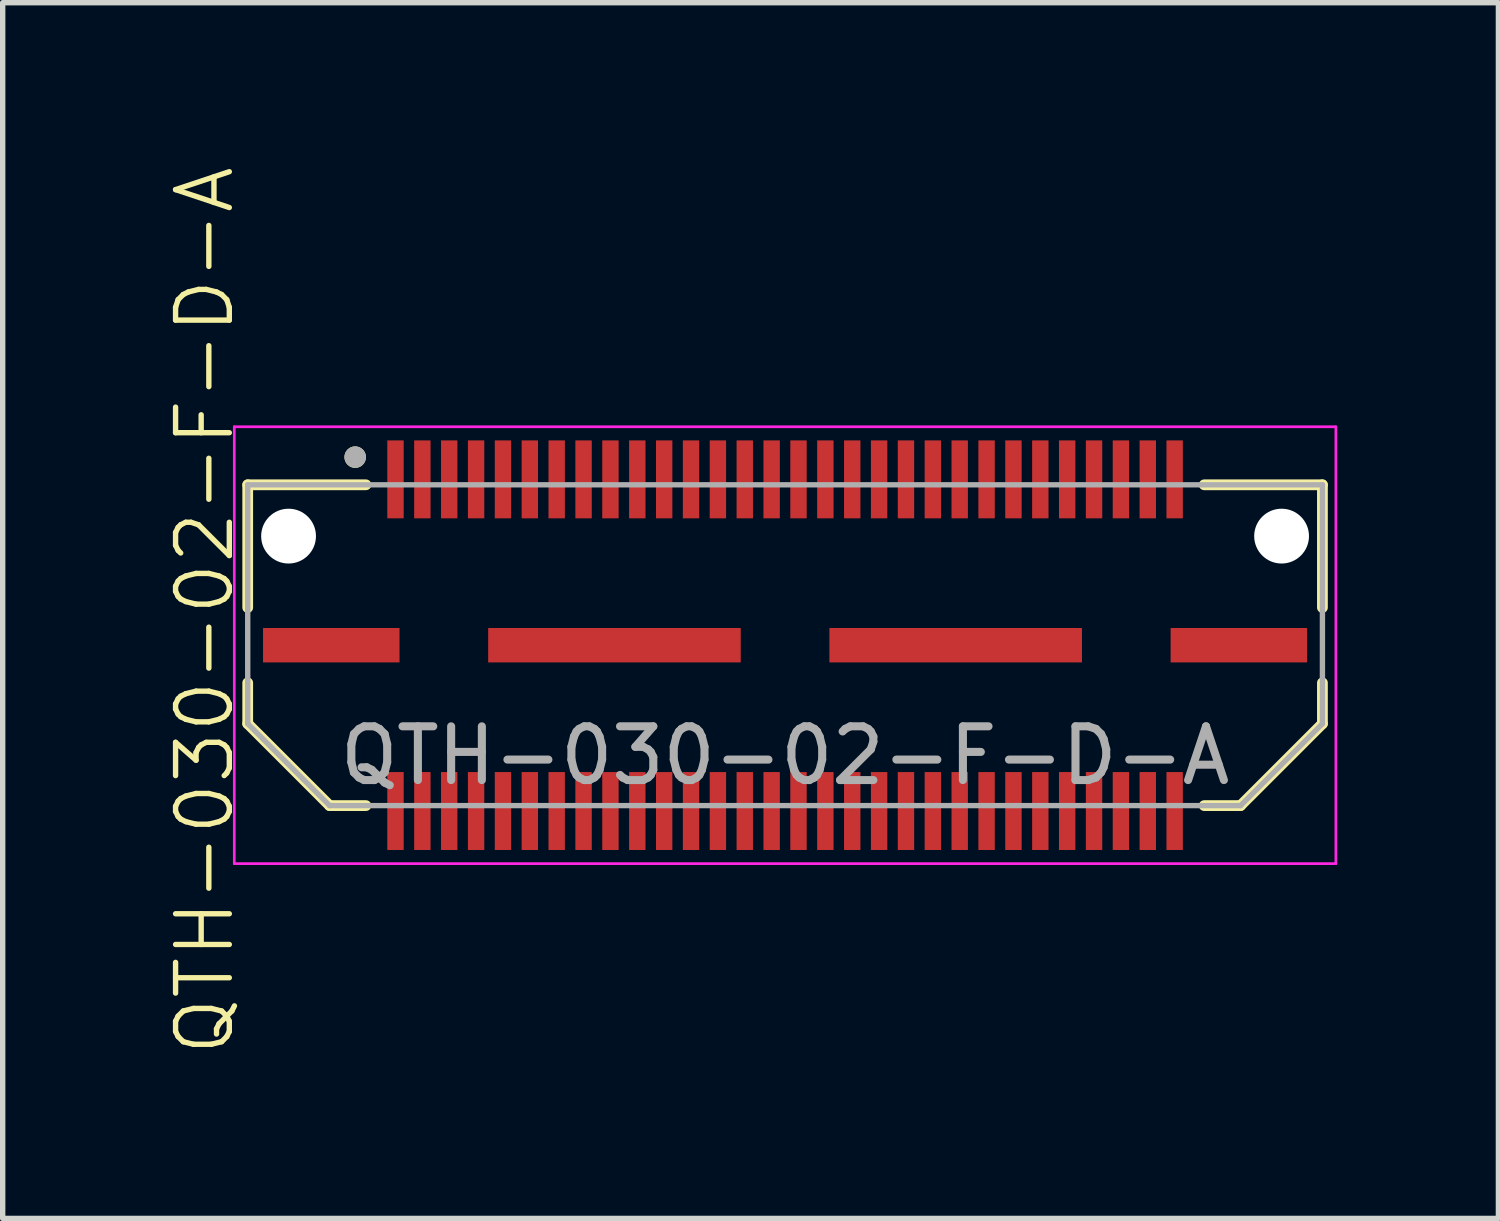
<source format=kicad_pcb>
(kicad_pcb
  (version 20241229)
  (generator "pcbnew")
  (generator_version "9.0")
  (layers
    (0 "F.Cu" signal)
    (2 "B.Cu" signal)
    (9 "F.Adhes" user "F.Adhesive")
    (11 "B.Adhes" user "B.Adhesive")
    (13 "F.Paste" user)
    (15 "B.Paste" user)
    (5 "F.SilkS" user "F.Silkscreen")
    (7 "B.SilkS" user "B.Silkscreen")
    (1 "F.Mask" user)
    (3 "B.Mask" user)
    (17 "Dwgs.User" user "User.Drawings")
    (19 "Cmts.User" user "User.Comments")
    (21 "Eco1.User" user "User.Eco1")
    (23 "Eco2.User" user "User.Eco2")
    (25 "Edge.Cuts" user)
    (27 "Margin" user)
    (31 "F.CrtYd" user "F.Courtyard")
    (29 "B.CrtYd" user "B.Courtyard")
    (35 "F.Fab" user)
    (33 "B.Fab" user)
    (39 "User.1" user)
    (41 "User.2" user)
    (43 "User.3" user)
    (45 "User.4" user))
  (footprint "QTH-030-02-F-D-A"
    (layer "F.Cu")
    (at 11.56 8.512)
    (property "Reference" "QTH-030-02-F-D-A" (at -10.8 -0.2 90) (unlocked yes) (layer "F.SilkS") (effects (font (size 1 1) (thickness 0.1))))
    (attr smd)
    (fp_line (start -10 -2.54) (end -7.8 -2.54) (stroke (width 0.2) (type solid)) (layer "F.SilkS"))
    (fp_line (start -10 -0.255) (end -10 -2.54) (stroke (width 0.2) (type solid)) (layer "F.SilkS"))
    (fp_line (start -10 1.906) (end -10 1.145) (stroke (width 0.2) (type solid)) (layer "F.SilkS"))
    (fp_line (start -8.476 3.43) (end -10 1.906) (stroke (width 0.2) (type solid)) (layer "F.SilkS"))
    (fp_line (start -8.476 3.43) (end -7.8 3.43) (stroke (width 0.2) (type solid)) (layer "F.SilkS"))
    (fp_line (start 8.476 3.43) (end 7.8 3.43) (stroke (width 0.2) (type solid)) (layer "F.SilkS"))
    (fp_line (start 10 -2.54) (end 7.8 -2.54) (stroke (width 0.2) (type solid)) (layer "F.SilkS"))
    (fp_line (start 10 -0.255) (end 10 -2.54) (stroke (width 0.2) (type solid)) (layer "F.SilkS"))
    (fp_line (start 10 1.906) (end 8.476 3.43) (stroke (width 0.2) (type solid)) (layer "F.SilkS"))
    (fp_line (start 10 1.906) (end 10 1.145) (stroke (width 0.2) (type solid)) (layer "F.SilkS"))
    (fp_circle (center -8 -3.055) (end -7.9 -3.055) (stroke (width 0.2) (type solid)) (fill no) (layer "F.SilkS"))
    (fp_line (start -10.25 -3.62) (end 10.25 -3.62) (stroke (width 0.05) (type solid)) (layer "F.CrtYd"))
    (fp_line (start -10.25 4.51) (end -10.25 -3.62) (stroke (width 0.05) (type solid)) (layer "F.CrtYd"))
    (fp_line (start 10.25 -3.62) (end 10.25 4.51) (stroke (width 0.05) (type solid)) (layer "F.CrtYd"))
    (fp_line (start 10.25 4.51) (end -10.25 4.51) (stroke (width 0.05) (type solid)) (layer "F.CrtYd"))
    (fp_line (start -10 -2.54) (end 10 -2.54) (stroke (width 0.1) (type solid)) (layer "F.Fab"))
    (fp_line (start -10 1.906) (end -10 -2.54) (stroke (width 0.1) (type solid)) (layer "F.Fab"))
    (fp_line (start -8.476 3.43) (end -10 1.906) (stroke (width 0.1) (type solid)) (layer "F.Fab"))
    (fp_line (start 8.476 3.43) (end -8.476 3.43) (stroke (width 0.1) (type solid)) (layer "F.Fab"))
    (fp_line (start 10 -2.54) (end 10 1.906) (stroke (width 0.1) (type solid)) (layer "F.Fab"))
    (fp_line (start 10 1.906) (end 8.476 3.43) (stroke (width 0.1) (type solid)) (layer "F.Fab"))
    (fp_circle (center -8 -3.055) (end -7.9 -3.055) (stroke (width 0.2) (type solid)) (fill no) (layer "F.Fab"))
    (fp_text user "${REFERENCE}" (at 0 2.5 0) (unlocked yes) (layer "F.Fab") (effects (font (size 1 1) (thickness 0.15))))
    (pad "" np_thru_hole circle (at -9.24 -1.585) (size 1.02 1.02) (drill 1.02) (layers "*.Cu" "*.Mask"))
    (pad "" np_thru_hole circle (at 9.24 -1.585) (size 1.02 1.02) (drill 1.02) (layers "*.Cu" "*.Mask"))
    (pad "1" smd rect (at -7.25 -2.641) (size 0.305 1.45) (layers "F.Cu" "F.Mask" "F.Paste"))
    (pad "2" smd rect (at -7.25 3.531) (size 0.305 1.45) (layers "F.Cu" "F.Mask" "F.Paste"))
    (pad "3" smd rect (at -6.75 -2.641) (size 0.305 1.45) (layers "F.Cu" "F.Mask" "F.Paste"))
    (pad "4" smd rect (at -6.75 3.531) (size 0.305 1.45) (layers "F.Cu" "F.Mask" "F.Paste"))
    (pad "5" smd rect (at -6.25 -2.641) (size 0.305 1.45) (layers "F.Cu" "F.Mask" "F.Paste"))
    (pad "6" smd rect (at -6.25 3.531) (size 0.305 1.45) (layers "F.Cu" "F.Mask" "F.Paste"))
    (pad "7" smd rect (at -5.75 -2.641) (size 0.305 1.45) (layers "F.Cu" "F.Mask" "F.Paste"))
    (pad "8" smd rect (at -5.75 3.531) (size 0.305 1.45) (layers "F.Cu" "F.Mask" "F.Paste"))
    (pad "9" smd rect (at -5.25 -2.641) (size 0.305 1.45) (layers "F.Cu" "F.Mask" "F.Paste"))
    (pad "10" smd rect (at -5.25 3.531) (size 0.305 1.45) (layers "F.Cu" "F.Mask" "F.Paste"))
    (pad "11" smd rect (at -4.75 -2.641) (size 0.305 1.45) (layers "F.Cu" "F.Mask" "F.Paste"))
    (pad "12" smd rect (at -4.75 3.531) (size 0.305 1.45) (layers "F.Cu" "F.Mask" "F.Paste"))
    (pad "13" smd rect (at -4.25 -2.641) (size 0.305 1.45) (layers "F.Cu" "F.Mask" "F.Paste"))
    (pad "14" smd rect (at -4.25 3.531) (size 0.305 1.45) (layers "F.Cu" "F.Mask" "F.Paste"))
    (pad "15" smd rect (at -3.75 -2.641) (size 0.305 1.45) (layers "F.Cu" "F.Mask" "F.Paste"))
    (pad "16" smd rect (at -3.75 3.531) (size 0.305 1.45) (layers "F.Cu" "F.Mask" "F.Paste"))
    (pad "17" smd rect (at -3.25 -2.641) (size 0.305 1.45) (layers "F.Cu" "F.Mask" "F.Paste"))
    (pad "18" smd rect (at -3.25 3.531) (size 0.305 1.45) (layers "F.Cu" "F.Mask" "F.Paste"))
    (pad "19" smd rect (at -2.75 -2.641) (size 0.305 1.45) (layers "F.Cu" "F.Mask" "F.Paste"))
    (pad "20" smd rect (at -2.75 3.531) (size 0.305 1.45) (layers "F.Cu" "F.Mask" "F.Paste"))
    (pad "21" smd rect (at -2.25 -2.641) (size 0.305 1.45) (layers "F.Cu" "F.Mask" "F.Paste"))
    (pad "22" smd rect (at -2.25 3.531) (size 0.305 1.45) (layers "F.Cu" "F.Mask" "F.Paste"))
    (pad "23" smd rect (at -1.75 -2.641) (size 0.305 1.45) (layers "F.Cu" "F.Mask" "F.Paste"))
    (pad "24" smd rect (at -1.75 3.531) (size 0.305 1.45) (layers "F.Cu" "F.Mask" "F.Paste"))
    (pad "25" smd rect (at -1.25 -2.641) (size 0.305 1.45) (layers "F.Cu" "F.Mask" "F.Paste"))
    (pad "26" smd rect (at -1.25 3.531) (size 0.305 1.45) (layers "F.Cu" "F.Mask" "F.Paste"))
    (pad "27" smd rect (at -0.75 -2.641) (size 0.305 1.45) (layers "F.Cu" "F.Mask" "F.Paste"))
    (pad "28" smd rect (at -0.75 3.531) (size 0.305 1.45) (layers "F.Cu" "F.Mask" "F.Paste"))
    (pad "29" smd rect (at -0.25 -2.641) (size 0.305 1.45) (layers "F.Cu" "F.Mask" "F.Paste"))
    (pad "30" smd rect (at -0.25 3.531) (size 0.305 1.45) (layers "F.Cu" "F.Mask" "F.Paste"))
    (pad "31" smd rect (at 0.25 -2.641) (size 0.305 1.45) (layers "F.Cu" "F.Mask" "F.Paste"))
    (pad "32" smd rect (at 0.25 3.531) (size 0.305 1.45) (layers "F.Cu" "F.Mask" "F.Paste"))
    (pad "33" smd rect (at 0.75 -2.641) (size 0.305 1.45) (layers "F.Cu" "F.Mask" "F.Paste"))
    (pad "34" smd rect (at 0.75 3.531) (size 0.305 1.45) (layers "F.Cu" "F.Mask" "F.Paste"))
    (pad "35" smd rect (at 1.25 -2.641) (size 0.305 1.45) (layers "F.Cu" "F.Mask" "F.Paste"))
    (pad "36" smd rect (at 1.25 3.531) (size 0.305 1.45) (layers "F.Cu" "F.Mask" "F.Paste"))
    (pad "37" smd rect (at 1.75 -2.641) (size 0.305 1.45) (layers "F.Cu" "F.Mask" "F.Paste"))
    (pad "38" smd rect (at 1.75 3.531) (size 0.305 1.45) (layers "F.Cu" "F.Mask" "F.Paste"))
    (pad "39" smd rect (at 2.25 -2.641) (size 0.305 1.45) (layers "F.Cu" "F.Mask" "F.Paste"))
    (pad "40" smd rect (at 2.25 3.531) (size 0.305 1.45) (layers "F.Cu" "F.Mask" "F.Paste"))
    (pad "41" smd rect (at 2.75 -2.641) (size 0.305 1.45) (layers "F.Cu" "F.Mask" "F.Paste"))
    (pad "42" smd rect (at 2.75 3.531) (size 0.305 1.45) (layers "F.Cu" "F.Mask" "F.Paste"))
    (pad "43" smd rect (at 3.25 -2.641) (size 0.305 1.45) (layers "F.Cu" "F.Mask" "F.Paste"))
    (pad "44" smd rect (at 3.25 3.531) (size 0.305 1.45) (layers "F.Cu" "F.Mask" "F.Paste"))
    (pad "45" smd rect (at 3.75 -2.641) (size 0.305 1.45) (layers "F.Cu" "F.Mask" "F.Paste"))
    (pad "46" smd rect (at 3.75 3.531) (size 0.305 1.45) (layers "F.Cu" "F.Mask" "F.Paste"))
    (pad "47" smd rect (at 4.25 -2.641) (size 0.305 1.45) (layers "F.Cu" "F.Mask" "F.Paste"))
    (pad "48" smd rect (at 4.25 3.531) (size 0.305 1.45) (layers "F.Cu" "F.Mask" "F.Paste"))
    (pad "49" smd rect (at 4.75 -2.641) (size 0.305 1.45) (layers "F.Cu" "F.Mask" "F.Paste"))
    (pad "50" smd rect (at 4.75 3.531) (size 0.305 1.45) (layers "F.Cu" "F.Mask" "F.Paste"))
    (pad "51" smd rect (at 5.25 -2.641) (size 0.305 1.45) (layers "F.Cu" "F.Mask" "F.Paste"))
    (pad "52" smd rect (at 5.25 3.531) (size 0.305 1.45) (layers "F.Cu" "F.Mask" "F.Paste"))
    (pad "53" smd rect (at 5.75 -2.641) (size 0.305 1.45) (layers "F.Cu" "F.Mask" "F.Paste"))
    (pad "54" smd rect (at 5.75 3.531) (size 0.305 1.45) (layers "F.Cu" "F.Mask" "F.Paste"))
    (pad "55" smd rect (at 6.25 -2.641) (size 0.305 1.45) (layers "F.Cu" "F.Mask" "F.Paste"))
    (pad "56" smd rect (at 6.25 3.531) (size 0.305 1.45) (layers "F.Cu" "F.Mask" "F.Paste"))
    (pad "57" smd rect (at 6.75 -2.641) (size 0.305 1.45) (layers "F.Cu" "F.Mask" "F.Paste"))
    (pad "58" smd rect (at 6.75 3.531) (size 0.305 1.45) (layers "F.Cu" "F.Mask" "F.Paste"))
    (pad "59" smd rect (at 7.25 -2.641) (size 0.305 1.45) (layers "F.Cu" "F.Mask" "F.Paste"))
    (pad "60" smd rect (at 7.25 3.531) (size 0.305 1.45) (layers "F.Cu" "F.Mask" "F.Paste"))
    (pad "M1" smd rect (at -8.445 0.445) (size 2.54 0.64) (layers "F.Cu" "F.Mask" "F.Paste"))
    (pad "M2" smd rect (at -3.175 0.445) (size 4.7 0.64) (layers "F.Cu" "F.Mask" "F.Paste"))
    (pad "M3" smd rect (at 3.175 0.445) (size 4.7 0.64) (layers "F.Cu" "F.Mask" "F.Paste"))
    (pad "M4" smd rect (at 8.445 0.445) (size 2.54 0.64) (layers "F.Cu" "F.Mask" "F.Paste")))
  (gr_rect
    (start -3 -3)
    (end 24.835 19.624)
    (stroke (width 0.1) (type default))
    (fill no)
    (layer "Edge.Cuts")))
</source>
